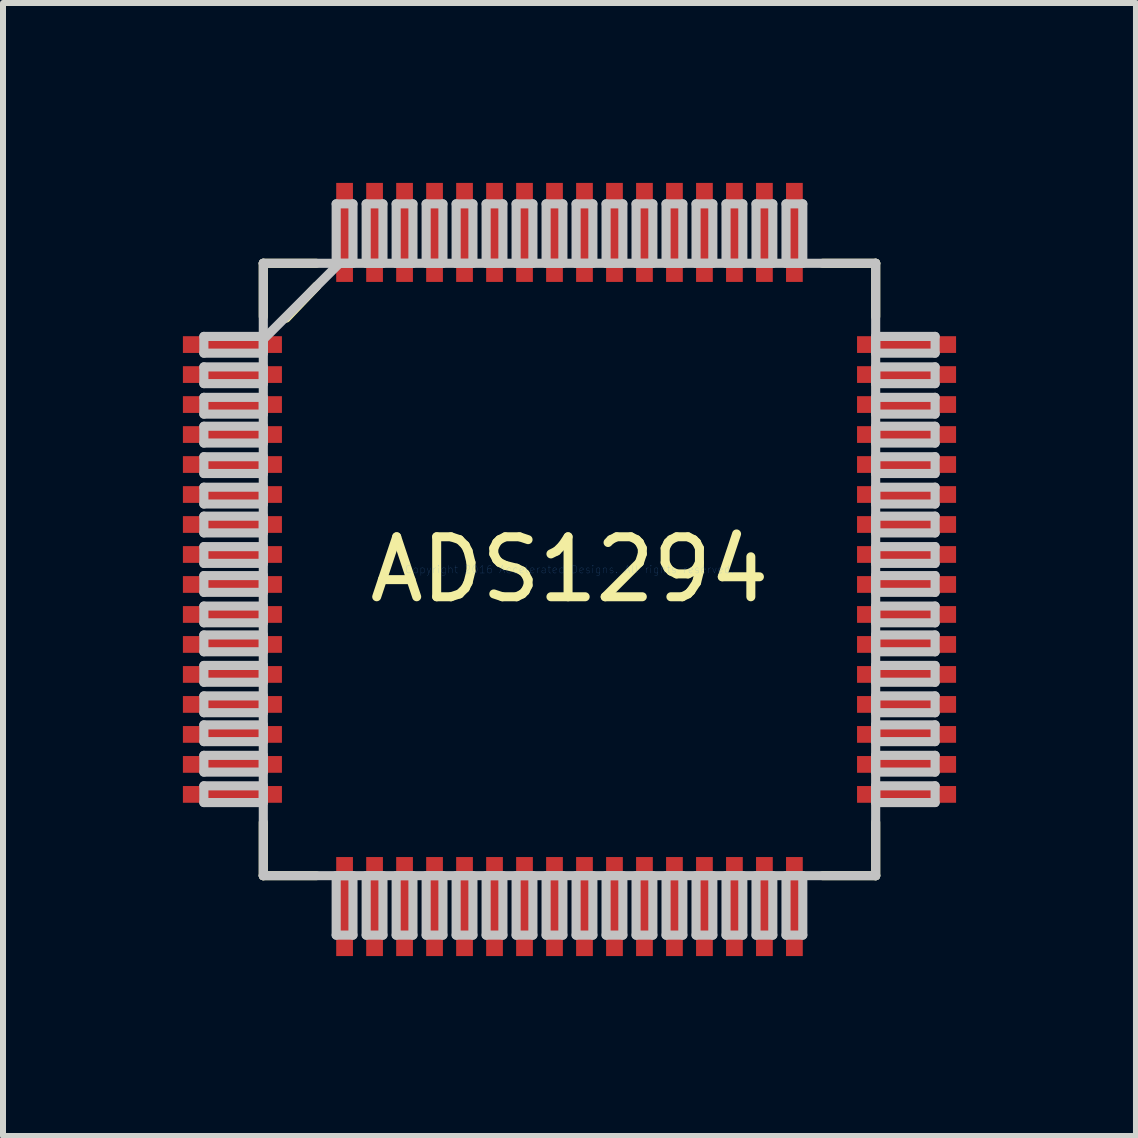
<source format=kicad_pcb>
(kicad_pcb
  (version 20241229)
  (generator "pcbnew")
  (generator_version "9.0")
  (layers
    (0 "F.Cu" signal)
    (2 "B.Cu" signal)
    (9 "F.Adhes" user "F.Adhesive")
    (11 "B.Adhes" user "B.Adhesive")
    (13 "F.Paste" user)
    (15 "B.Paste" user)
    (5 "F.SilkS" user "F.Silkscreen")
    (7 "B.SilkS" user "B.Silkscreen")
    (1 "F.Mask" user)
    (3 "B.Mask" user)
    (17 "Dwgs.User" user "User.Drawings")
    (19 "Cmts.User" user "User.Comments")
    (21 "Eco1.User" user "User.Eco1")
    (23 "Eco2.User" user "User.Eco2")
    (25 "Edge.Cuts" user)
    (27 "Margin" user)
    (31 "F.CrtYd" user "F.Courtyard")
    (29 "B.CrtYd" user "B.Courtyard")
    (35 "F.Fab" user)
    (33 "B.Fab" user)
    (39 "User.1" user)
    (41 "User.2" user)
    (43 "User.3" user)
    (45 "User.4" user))
  (footprint "ADS1294"
    (layer "F.Cu")
    (at 6.445 6.445)
    (property "Reference" "ADS1294" (at 0 0 0) (layer "F.SilkS") (effects (font (size 1 1) (thickness 0.15))))
    (attr through_hole)
    (fp_line (start -5.105 -5.105) (end -5.105 -4.216) (stroke (width 0.152) (type solid)) (layer "F.SilkS"))
    (fp_line (start -5.105 4.216) (end -5.105 5.105) (stroke (width 0.152) (type solid)) (layer "F.SilkS"))
    (fp_line (start -5.105 5.105) (end -4.222 5.105) (stroke (width 0.152) (type solid)) (layer "F.SilkS"))
    (fp_line (start -4.724 -4.191) (end -4.216 -4.724) (stroke (width 0.152) (type solid)) (layer "F.SilkS"))
    (fp_line (start -4.222 -5.105) (end -5.105 -5.105) (stroke (width 0.152) (type solid)) (layer "F.SilkS"))
    (fp_line (start 4.222 5.105) (end 5.105 5.105) (stroke (width 0.152) (type solid)) (layer "F.SilkS"))
    (fp_line (start 5.105 -5.105) (end 4.222 -5.105) (stroke (width 0.152) (type solid)) (layer "F.SilkS"))
    (fp_line (start 5.105 -4.216) (end 5.105 -5.105) (stroke (width 0.152) (type solid)) (layer "F.SilkS"))
    (fp_line (start 5.105 5.105) (end 5.105 4.216) (stroke (width 0.152) (type solid)) (layer "F.SilkS"))
    (fp_line (start -6.096 -3.886) (end -6.096 -3.607) (stroke (width 0.152) (type solid)) (layer "Dwgs.User"))
    (fp_line (start -6.096 -3.607) (end -5.105 -3.607) (stroke (width 0.152) (type solid)) (layer "Dwgs.User"))
    (fp_line (start -6.096 -3.378) (end -6.096 -3.099) (stroke (width 0.152) (type solid)) (layer "Dwgs.User"))
    (fp_line (start -6.096 -3.099) (end -5.105 -3.099) (stroke (width 0.152) (type solid)) (layer "Dwgs.User"))
    (fp_line (start -6.096 -2.87) (end -6.096 -2.591) (stroke (width 0.152) (type solid)) (layer "Dwgs.User"))
    (fp_line (start -6.096 -2.591) (end -5.105 -2.591) (stroke (width 0.152) (type solid)) (layer "Dwgs.User"))
    (fp_line (start -6.096 -2.388) (end -6.096 -2.108) (stroke (width 0.152) (type solid)) (layer "Dwgs.User"))
    (fp_line (start -6.096 -2.108) (end -5.105 -2.108) (stroke (width 0.152) (type solid)) (layer "Dwgs.User"))
    (fp_line (start -6.096 -1.88) (end -6.096 -1.6) (stroke (width 0.152) (type solid)) (layer "Dwgs.User"))
    (fp_line (start -6.096 -1.6) (end -5.105 -1.6) (stroke (width 0.152) (type solid)) (layer "Dwgs.User"))
    (fp_line (start -6.096 -1.372) (end -6.096 -1.092) (stroke (width 0.152) (type solid)) (layer "Dwgs.User"))
    (fp_line (start -6.096 -1.092) (end -5.105 -1.092) (stroke (width 0.152) (type solid)) (layer "Dwgs.User"))
    (fp_line (start -6.096 -0.889) (end -6.096 -0.61) (stroke (width 0.152) (type solid)) (layer "Dwgs.User"))
    (fp_line (start -6.096 -0.61) (end -5.105 -0.61) (stroke (width 0.152) (type solid)) (layer "Dwgs.User"))
    (fp_line (start -6.096 -0.381) (end -6.096 -0.102) (stroke (width 0.152) (type solid)) (layer "Dwgs.User"))
    (fp_line (start -6.096 -0.102) (end -5.105 -0.102) (stroke (width 0.152) (type solid)) (layer "Dwgs.User"))
    (fp_line (start -6.096 0.102) (end -6.096 0.381) (stroke (width 0.152) (type solid)) (layer "Dwgs.User"))
    (fp_line (start -6.096 0.381) (end -5.105 0.381) (stroke (width 0.152) (type solid)) (layer "Dwgs.User"))
    (fp_line (start -6.096 0.61) (end -6.096 0.889) (stroke (width 0.152) (type solid)) (layer "Dwgs.User"))
    (fp_line (start -6.096 0.889) (end -5.105 0.889) (stroke (width 0.152) (type solid)) (layer "Dwgs.User"))
    (fp_line (start -6.096 1.092) (end -6.096 1.372) (stroke (width 0.152) (type solid)) (layer "Dwgs.User"))
    (fp_line (start -6.096 1.372) (end -5.105 1.372) (stroke (width 0.152) (type solid)) (layer "Dwgs.User"))
    (fp_line (start -6.096 1.6) (end -6.096 1.88) (stroke (width 0.152) (type solid)) (layer "Dwgs.User"))
    (fp_line (start -6.096 1.88) (end -5.105 1.88) (stroke (width 0.152) (type solid)) (layer "Dwgs.User"))
    (fp_line (start -6.096 2.108) (end -6.096 2.388) (stroke (width 0.152) (type solid)) (layer "Dwgs.User"))
    (fp_line (start -6.096 2.388) (end -5.105 2.388) (stroke (width 0.152) (type solid)) (layer "Dwgs.User"))
    (fp_line (start -6.096 2.591) (end -6.096 2.87) (stroke (width 0.152) (type solid)) (layer "Dwgs.User"))
    (fp_line (start -6.096 2.87) (end -5.105 2.87) (stroke (width 0.152) (type solid)) (layer "Dwgs.User"))
    (fp_line (start -6.096 3.099) (end -6.096 3.378) (stroke (width 0.152) (type solid)) (layer "Dwgs.User"))
    (fp_line (start -6.096 3.378) (end -5.105 3.378) (stroke (width 0.152) (type solid)) (layer "Dwgs.User"))
    (fp_line (start -6.096 3.607) (end -6.096 3.886) (stroke (width 0.152) (type solid)) (layer "Dwgs.User"))
    (fp_line (start -6.096 3.886) (end -5.105 3.886) (stroke (width 0.152) (type solid)) (layer "Dwgs.User"))
    (fp_line (start -5.105 -5.105) (end -5.105 -5.105) (stroke (width 0.152) (type solid)) (layer "Dwgs.User"))
    (fp_line (start -5.105 -5.105) (end -5.105 5.105) (stroke (width 0.152) (type solid)) (layer "Dwgs.User"))
    (fp_line (start -5.105 -3.886) (end -6.096 -3.886) (stroke (width 0.152) (type solid)) (layer "Dwgs.User"))
    (fp_line (start -5.105 -3.835) (end -3.835 -5.105) (stroke (width 0.152) (type solid)) (layer "Dwgs.User"))
    (fp_line (start -5.105 -3.607) (end -5.105 -3.886) (stroke (width 0.152) (type solid)) (layer "Dwgs.User"))
    (fp_line (start -5.105 -3.378) (end -6.096 -3.378) (stroke (width 0.152) (type solid)) (layer "Dwgs.User"))
    (fp_line (start -5.105 -3.099) (end -5.105 -3.378) (stroke (width 0.152) (type solid)) (layer "Dwgs.User"))
    (fp_line (start -5.105 -2.87) (end -6.096 -2.87) (stroke (width 0.152) (type solid)) (layer "Dwgs.User"))
    (fp_line (start -5.105 -2.591) (end -5.105 -2.87) (stroke (width 0.152) (type solid)) (layer "Dwgs.User"))
    (fp_line (start -5.105 -2.388) (end -6.096 -2.388) (stroke (width 0.152) (type solid)) (layer "Dwgs.User"))
    (fp_line (start -5.105 -2.108) (end -5.105 -2.388) (stroke (width 0.152) (type solid)) (layer "Dwgs.User"))
    (fp_line (start -5.105 -1.88) (end -6.096 -1.88) (stroke (width 0.152) (type solid)) (layer "Dwgs.User"))
    (fp_line (start -5.105 -1.6) (end -5.105 -1.88) (stroke (width 0.152) (type solid)) (layer "Dwgs.User"))
    (fp_line (start -5.105 -1.372) (end -6.096 -1.372) (stroke (width 0.152) (type solid)) (layer "Dwgs.User"))
    (fp_line (start -5.105 -1.092) (end -5.105 -1.372) (stroke (width 0.152) (type solid)) (layer "Dwgs.User"))
    (fp_line (start -5.105 -0.889) (end -6.096 -0.889) (stroke (width 0.152) (type solid)) (layer "Dwgs.User"))
    (fp_line (start -5.105 -0.61) (end -5.105 -0.889) (stroke (width 0.152) (type solid)) (layer "Dwgs.User"))
    (fp_line (start -5.105 -0.381) (end -6.096 -0.381) (stroke (width 0.152) (type solid)) (layer "Dwgs.User"))
    (fp_line (start -5.105 -0.102) (end -5.105 -0.381) (stroke (width 0.152) (type solid)) (layer "Dwgs.User"))
    (fp_line (start -5.105 0.102) (end -6.096 0.102) (stroke (width 0.152) (type solid)) (layer "Dwgs.User"))
    (fp_line (start -5.105 0.381) (end -5.105 0.102) (stroke (width 0.152) (type solid)) (layer "Dwgs.User"))
    (fp_line (start -5.105 0.61) (end -6.096 0.61) (stroke (width 0.152) (type solid)) (layer "Dwgs.User"))
    (fp_line (start -5.105 0.889) (end -5.105 0.61) (stroke (width 0.152) (type solid)) (layer "Dwgs.User"))
    (fp_line (start -5.105 1.092) (end -6.096 1.092) (stroke (width 0.152) (type solid)) (layer "Dwgs.User"))
    (fp_line (start -5.105 1.372) (end -5.105 1.092) (stroke (width 0.152) (type solid)) (layer "Dwgs.User"))
    (fp_line (start -5.105 1.6) (end -6.096 1.6) (stroke (width 0.152) (type solid)) (layer "Dwgs.User"))
    (fp_line (start -5.105 1.88) (end -5.105 1.6) (stroke (width 0.152) (type solid)) (layer "Dwgs.User"))
    (fp_line (start -5.105 2.108) (end -6.096 2.108) (stroke (width 0.152) (type solid)) (layer "Dwgs.User"))
    (fp_line (start -5.105 2.388) (end -5.105 2.108) (stroke (width 0.152) (type solid)) (layer "Dwgs.User"))
    (fp_line (start -5.105 2.591) (end -6.096 2.591) (stroke (width 0.152) (type solid)) (layer "Dwgs.User"))
    (fp_line (start -5.105 2.87) (end -5.105 2.591) (stroke (width 0.152) (type solid)) (layer "Dwgs.User"))
    (fp_line (start -5.105 3.099) (end -6.096 3.099) (stroke (width 0.152) (type solid)) (layer "Dwgs.User"))
    (fp_line (start -5.105 3.378) (end -5.105 3.099) (stroke (width 0.152) (type solid)) (layer "Dwgs.User"))
    (fp_line (start -5.105 3.607) (end -6.096 3.607) (stroke (width 0.152) (type solid)) (layer "Dwgs.User"))
    (fp_line (start -5.105 3.886) (end -5.105 3.607) (stroke (width 0.152) (type solid)) (layer "Dwgs.User"))
    (fp_line (start -5.105 5.105) (end -5.105 5.105) (stroke (width 0.152) (type solid)) (layer "Dwgs.User"))
    (fp_line (start -5.105 5.105) (end 5.105 5.105) (stroke (width 0.152) (type solid)) (layer "Dwgs.User"))
    (fp_line (start -3.89 -6.096) (end -3.89 -5.105) (stroke (width 0.152) (type solid)) (layer "Dwgs.User"))
    (fp_line (start -3.89 -5.105) (end -3.61 -5.105) (stroke (width 0.152) (type solid)) (layer "Dwgs.User"))
    (fp_line (start -3.89 5.105) (end -3.89 6.096) (stroke (width 0.152) (type solid)) (layer "Dwgs.User"))
    (fp_line (start -3.89 6.096) (end -3.61 6.096) (stroke (width 0.152) (type solid)) (layer "Dwgs.User"))
    (fp_line (start -3.61 -6.096) (end -3.89 -6.096) (stroke (width 0.152) (type solid)) (layer "Dwgs.User"))
    (fp_line (start -3.61 -5.105) (end -3.61 -6.096) (stroke (width 0.152) (type solid)) (layer "Dwgs.User"))
    (fp_line (start -3.61 5.105) (end -3.89 5.105) (stroke (width 0.152) (type solid)) (layer "Dwgs.User"))
    (fp_line (start -3.61 6.096) (end -3.61 5.105) (stroke (width 0.152) (type solid)) (layer "Dwgs.User"))
    (fp_line (start -3.39 -6.096) (end -3.39 -5.105) (stroke (width 0.152) (type solid)) (layer "Dwgs.User"))
    (fp_line (start -3.39 -5.105) (end -3.11 -5.105) (stroke (width 0.152) (type solid)) (layer "Dwgs.User"))
    (fp_line (start -3.39 5.105) (end -3.39 6.096) (stroke (width 0.152) (type solid)) (layer "Dwgs.User"))
    (fp_line (start -3.39 6.096) (end -3.11 6.096) (stroke (width 0.152) (type solid)) (layer "Dwgs.User"))
    (fp_line (start -3.11 -6.096) (end -3.39 -6.096) (stroke (width 0.152) (type solid)) (layer "Dwgs.User"))
    (fp_line (start -3.11 -5.105) (end -3.11 -6.096) (stroke (width 0.152) (type solid)) (layer "Dwgs.User"))
    (fp_line (start -3.11 5.105) (end -3.39 5.105) (stroke (width 0.152) (type solid)) (layer "Dwgs.User"))
    (fp_line (start -3.11 6.096) (end -3.11 5.105) (stroke (width 0.152) (type solid)) (layer "Dwgs.User"))
    (fp_line (start -2.89 -6.096) (end -2.89 -5.105) (stroke (width 0.152) (type solid)) (layer "Dwgs.User"))
    (fp_line (start -2.89 -5.105) (end -2.61 -5.105) (stroke (width 0.152) (type solid)) (layer "Dwgs.User"))
    (fp_line (start -2.89 5.105) (end -2.89 6.096) (stroke (width 0.152) (type solid)) (layer "Dwgs.User"))
    (fp_line (start -2.89 6.096) (end -2.61 6.096) (stroke (width 0.152) (type solid)) (layer "Dwgs.User"))
    (fp_line (start -2.61 -6.096) (end -2.89 -6.096) (stroke (width 0.152) (type solid)) (layer "Dwgs.User"))
    (fp_line (start -2.61 -5.105) (end -2.61 -6.096) (stroke (width 0.152) (type solid)) (layer "Dwgs.User"))
    (fp_line (start -2.61 5.105) (end -2.89 5.105) (stroke (width 0.152) (type solid)) (layer "Dwgs.User"))
    (fp_line (start -2.61 6.096) (end -2.61 5.105) (stroke (width 0.152) (type solid)) (layer "Dwgs.User"))
    (fp_line (start -2.39 -6.096) (end -2.39 -5.105) (stroke (width 0.152) (type solid)) (layer "Dwgs.User"))
    (fp_line (start -2.39 -5.105) (end -2.11 -5.105) (stroke (width 0.152) (type solid)) (layer "Dwgs.User"))
    (fp_line (start -2.39 5.105) (end -2.39 6.096) (stroke (width 0.152) (type solid)) (layer "Dwgs.User"))
    (fp_line (start -2.39 6.096) (end -2.11 6.096) (stroke (width 0.152) (type solid)) (layer "Dwgs.User"))
    (fp_line (start -2.11 -6.096) (end -2.39 -6.096) (stroke (width 0.152) (type solid)) (layer "Dwgs.User"))
    (fp_line (start -2.11 -5.105) (end -2.11 -6.096) (stroke (width 0.152) (type solid)) (layer "Dwgs.User"))
    (fp_line (start -2.11 5.105) (end -2.39 5.105) (stroke (width 0.152) (type solid)) (layer "Dwgs.User"))
    (fp_line (start -2.11 6.096) (end -2.11 5.105) (stroke (width 0.152) (type solid)) (layer "Dwgs.User"))
    (fp_line (start -1.89 -6.096) (end -1.89 -5.105) (stroke (width 0.152) (type solid)) (layer "Dwgs.User"))
    (fp_line (start -1.89 -5.105) (end -1.61 -5.105) (stroke (width 0.152) (type solid)) (layer "Dwgs.User"))
    (fp_line (start -1.89 5.105) (end -1.89 6.096) (stroke (width 0.152) (type solid)) (layer "Dwgs.User"))
    (fp_line (start -1.89 6.096) (end -1.61 6.096) (stroke (width 0.152) (type solid)) (layer "Dwgs.User"))
    (fp_line (start -1.61 -6.096) (end -1.89 -6.096) (stroke (width 0.152) (type solid)) (layer "Dwgs.User"))
    (fp_line (start -1.61 -5.105) (end -1.61 -6.096) (stroke (width 0.152) (type solid)) (layer "Dwgs.User"))
    (fp_line (start -1.61 5.105) (end -1.89 5.105) (stroke (width 0.152) (type solid)) (layer "Dwgs.User"))
    (fp_line (start -1.61 6.096) (end -1.61 5.105) (stroke (width 0.152) (type solid)) (layer "Dwgs.User"))
    (fp_line (start -1.39 -6.096) (end -1.39 -5.105) (stroke (width 0.152) (type solid)) (layer "Dwgs.User"))
    (fp_line (start -1.39 -5.105) (end -1.11 -5.105) (stroke (width 0.152) (type solid)) (layer "Dwgs.User"))
    (fp_line (start -1.39 5.105) (end -1.39 6.096) (stroke (width 0.152) (type solid)) (layer "Dwgs.User"))
    (fp_line (start -1.39 6.096) (end -1.11 6.096) (stroke (width 0.152) (type solid)) (layer "Dwgs.User"))
    (fp_line (start -1.11 -6.096) (end -1.39 -6.096) (stroke (width 0.152) (type solid)) (layer "Dwgs.User"))
    (fp_line (start -1.11 -5.105) (end -1.11 -6.096) (stroke (width 0.152) (type solid)) (layer "Dwgs.User"))
    (fp_line (start -1.11 5.105) (end -1.39 5.105) (stroke (width 0.152) (type solid)) (layer "Dwgs.User"))
    (fp_line (start -1.11 6.096) (end -1.11 5.105) (stroke (width 0.152) (type solid)) (layer "Dwgs.User"))
    (fp_line (start -0.89 -6.096) (end -0.89 -5.105) (stroke (width 0.152) (type solid)) (layer "Dwgs.User"))
    (fp_line (start -0.89 -5.105) (end -0.61 -5.105) (stroke (width 0.152) (type solid)) (layer "Dwgs.User"))
    (fp_line (start -0.89 5.105) (end -0.89 6.096) (stroke (width 0.152) (type solid)) (layer "Dwgs.User"))
    (fp_line (start -0.89 6.096) (end -0.61 6.096) (stroke (width 0.152) (type solid)) (layer "Dwgs.User"))
    (fp_line (start -0.61 -6.096) (end -0.89 -6.096) (stroke (width 0.152) (type solid)) (layer "Dwgs.User"))
    (fp_line (start -0.61 -5.105) (end -0.61 -6.096) (stroke (width 0.152) (type solid)) (layer "Dwgs.User"))
    (fp_line (start -0.61 5.105) (end -0.89 5.105) (stroke (width 0.152) (type solid)) (layer "Dwgs.User"))
    (fp_line (start -0.61 6.096) (end -0.61 5.105) (stroke (width 0.152) (type solid)) (layer "Dwgs.User"))
    (fp_line (start -0.39 -6.096) (end -0.39 -5.105) (stroke (width 0.152) (type solid)) (layer "Dwgs.User"))
    (fp_line (start -0.39 -5.105) (end -0.11 -5.105) (stroke (width 0.152) (type solid)) (layer "Dwgs.User"))
    (fp_line (start -0.39 5.105) (end -0.39 6.096) (stroke (width 0.152) (type solid)) (layer "Dwgs.User"))
    (fp_line (start -0.39 6.096) (end -0.11 6.096) (stroke (width 0.152) (type solid)) (layer "Dwgs.User"))
    (fp_line (start -0.11 -6.096) (end -0.39 -6.096) (stroke (width 0.152) (type solid)) (layer "Dwgs.User"))
    (fp_line (start -0.11 -5.105) (end -0.11 -6.096) (stroke (width 0.152) (type solid)) (layer "Dwgs.User"))
    (fp_line (start -0.11 5.105) (end -0.39 5.105) (stroke (width 0.152) (type solid)) (layer "Dwgs.User"))
    (fp_line (start -0.11 6.096) (end -0.11 5.105) (stroke (width 0.152) (type solid)) (layer "Dwgs.User"))
    (fp_line (start 0.11 -6.096) (end 0.11 -5.105) (stroke (width 0.152) (type solid)) (layer "Dwgs.User"))
    (fp_line (start 0.11 -5.105) (end 0.39 -5.105) (stroke (width 0.152) (type solid)) (layer "Dwgs.User"))
    (fp_line (start 0.11 5.105) (end 0.11 6.096) (stroke (width 0.152) (type solid)) (layer "Dwgs.User"))
    (fp_line (start 0.11 6.096) (end 0.39 6.096) (stroke (width 0.152) (type solid)) (layer "Dwgs.User"))
    (fp_line (start 0.39 -6.096) (end 0.11 -6.096) (stroke (width 0.152) (type solid)) (layer "Dwgs.User"))
    (fp_line (start 0.39 -5.105) (end 0.39 -6.096) (stroke (width 0.152) (type solid)) (layer "Dwgs.User"))
    (fp_line (start 0.39 5.105) (end 0.11 5.105) (stroke (width 0.152) (type solid)) (layer "Dwgs.User"))
    (fp_line (start 0.39 6.096) (end 0.39 5.105) (stroke (width 0.152) (type solid)) (layer "Dwgs.User"))
    (fp_line (start 0.61 -6.096) (end 0.61 -5.105) (stroke (width 0.152) (type solid)) (layer "Dwgs.User"))
    (fp_line (start 0.61 -5.105) (end 0.89 -5.105) (stroke (width 0.152) (type solid)) (layer "Dwgs.User"))
    (fp_line (start 0.61 5.105) (end 0.61 6.096) (stroke (width 0.152) (type solid)) (layer "Dwgs.User"))
    (fp_line (start 0.61 6.096) (end 0.89 6.096) (stroke (width 0.152) (type solid)) (layer "Dwgs.User"))
    (fp_line (start 0.89 -6.096) (end 0.61 -6.096) (stroke (width 0.152) (type solid)) (layer "Dwgs.User"))
    (fp_line (start 0.89 -5.105) (end 0.89 -6.096) (stroke (width 0.152) (type solid)) (layer "Dwgs.User"))
    (fp_line (start 0.89 5.105) (end 0.61 5.105) (stroke (width 0.152) (type solid)) (layer "Dwgs.User"))
    (fp_line (start 0.89 6.096) (end 0.89 5.105) (stroke (width 0.152) (type solid)) (layer "Dwgs.User"))
    (fp_line (start 1.11 -6.096) (end 1.11 -5.105) (stroke (width 0.152) (type solid)) (layer "Dwgs.User"))
    (fp_line (start 1.11 -5.105) (end 1.39 -5.105) (stroke (width 0.152) (type solid)) (layer "Dwgs.User"))
    (fp_line (start 1.11 5.105) (end 1.11 6.096) (stroke (width 0.152) (type solid)) (layer "Dwgs.User"))
    (fp_line (start 1.11 6.096) (end 1.39 6.096) (stroke (width 0.152) (type solid)) (layer "Dwgs.User"))
    (fp_line (start 1.39 -6.096) (end 1.11 -6.096) (stroke (width 0.152) (type solid)) (layer "Dwgs.User"))
    (fp_line (start 1.39 -5.105) (end 1.39 -6.096) (stroke (width 0.152) (type solid)) (layer "Dwgs.User"))
    (fp_line (start 1.39 5.105) (end 1.11 5.105) (stroke (width 0.152) (type solid)) (layer "Dwgs.User"))
    (fp_line (start 1.39 6.096) (end 1.39 5.105) (stroke (width 0.152) (type solid)) (layer "Dwgs.User"))
    (fp_line (start 1.61 -6.096) (end 1.61 -5.105) (stroke (width 0.152) (type solid)) (layer "Dwgs.User"))
    (fp_line (start 1.61 -5.105) (end 1.89 -5.105) (stroke (width 0.152) (type solid)) (layer "Dwgs.User"))
    (fp_line (start 1.61 5.105) (end 1.61 6.096) (stroke (width 0.152) (type solid)) (layer "Dwgs.User"))
    (fp_line (start 1.61 6.096) (end 1.89 6.096) (stroke (width 0.152) (type solid)) (layer "Dwgs.User"))
    (fp_line (start 1.89 -6.096) (end 1.61 -6.096) (stroke (width 0.152) (type solid)) (layer "Dwgs.User"))
    (fp_line (start 1.89 -5.105) (end 1.89 -6.096) (stroke (width 0.152) (type solid)) (layer "Dwgs.User"))
    (fp_line (start 1.89 5.105) (end 1.61 5.105) (stroke (width 0.152) (type solid)) (layer "Dwgs.User"))
    (fp_line (start 1.89 6.096) (end 1.89 5.105) (stroke (width 0.152) (type solid)) (layer "Dwgs.User"))
    (fp_line (start 2.11 -6.096) (end 2.11 -5.105) (stroke (width 0.152) (type solid)) (layer "Dwgs.User"))
    (fp_line (start 2.11 -5.105) (end 2.39 -5.105) (stroke (width 0.152) (type solid)) (layer "Dwgs.User"))
    (fp_line (start 2.11 5.105) (end 2.11 6.096) (stroke (width 0.152) (type solid)) (layer "Dwgs.User"))
    (fp_line (start 2.11 6.096) (end 2.39 6.096) (stroke (width 0.152) (type solid)) (layer "Dwgs.User"))
    (fp_line (start 2.39 -6.096) (end 2.11 -6.096) (stroke (width 0.152) (type solid)) (layer "Dwgs.User"))
    (fp_line (start 2.39 -5.105) (end 2.39 -6.096) (stroke (width 0.152) (type solid)) (layer "Dwgs.User"))
    (fp_line (start 2.39 5.105) (end 2.11 5.105) (stroke (width 0.152) (type solid)) (layer "Dwgs.User"))
    (fp_line (start 2.39 6.096) (end 2.39 5.105) (stroke (width 0.152) (type solid)) (layer "Dwgs.User"))
    (fp_line (start 2.61 -6.096) (end 2.61 -5.105) (stroke (width 0.152) (type solid)) (layer "Dwgs.User"))
    (fp_line (start 2.61 -5.105) (end 2.89 -5.105) (stroke (width 0.152) (type solid)) (layer "Dwgs.User"))
    (fp_line (start 2.61 5.105) (end 2.61 6.096) (stroke (width 0.152) (type solid)) (layer "Dwgs.User"))
    (fp_line (start 2.61 6.096) (end 2.89 6.096) (stroke (width 0.152) (type solid)) (layer "Dwgs.User"))
    (fp_line (start 2.89 -6.096) (end 2.61 -6.096) (stroke (width 0.152) (type solid)) (layer "Dwgs.User"))
    (fp_line (start 2.89 -5.105) (end 2.89 -6.096) (stroke (width 0.152) (type solid)) (layer "Dwgs.User"))
    (fp_line (start 2.89 5.105) (end 2.61 5.105) (stroke (width 0.152) (type solid)) (layer "Dwgs.User"))
    (fp_line (start 2.89 6.096) (end 2.89 5.105) (stroke (width 0.152) (type solid)) (layer "Dwgs.User"))
    (fp_line (start 3.11 -6.096) (end 3.11 -5.105) (stroke (width 0.152) (type solid)) (layer "Dwgs.User"))
    (fp_line (start 3.11 -5.105) (end 3.39 -5.105) (stroke (width 0.152) (type solid)) (layer "Dwgs.User"))
    (fp_line (start 3.11 5.105) (end 3.11 6.096) (stroke (width 0.152) (type solid)) (layer "Dwgs.User"))
    (fp_line (start 3.11 6.096) (end 3.39 6.096) (stroke (width 0.152) (type solid)) (layer "Dwgs.User"))
    (fp_line (start 3.39 -6.096) (end 3.11 -6.096) (stroke (width 0.152) (type solid)) (layer "Dwgs.User"))
    (fp_line (start 3.39 -5.105) (end 3.39 -6.096) (stroke (width 0.152) (type solid)) (layer "Dwgs.User"))
    (fp_line (start 3.39 5.105) (end 3.11 5.105) (stroke (width 0.152) (type solid)) (layer "Dwgs.User"))
    (fp_line (start 3.39 6.096) (end 3.39 5.105) (stroke (width 0.152) (type solid)) (layer "Dwgs.User"))
    (fp_line (start 3.61 -6.096) (end 3.61 -5.105) (stroke (width 0.152) (type solid)) (layer "Dwgs.User"))
    (fp_line (start 3.61 -5.105) (end 3.89 -5.105) (stroke (width 0.152) (type solid)) (layer "Dwgs.User"))
    (fp_line (start 3.61 5.105) (end 3.61 6.096) (stroke (width 0.152) (type solid)) (layer "Dwgs.User"))
    (fp_line (start 3.61 6.096) (end 3.89 6.096) (stroke (width 0.152) (type solid)) (layer "Dwgs.User"))
    (fp_line (start 3.89 -6.096) (end 3.61 -6.096) (stroke (width 0.152) (type solid)) (layer "Dwgs.User"))
    (fp_line (start 3.89 -5.105) (end 3.89 -6.096) (stroke (width 0.152) (type solid)) (layer "Dwgs.User"))
    (fp_line (start 3.89 5.105) (end 3.61 5.105) (stroke (width 0.152) (type solid)) (layer "Dwgs.User"))
    (fp_line (start 3.89 6.096) (end 3.89 5.105) (stroke (width 0.152) (type solid)) (layer "Dwgs.User"))
    (fp_line (start 5.105 -5.105) (end -5.105 -5.105) (stroke (width 0.152) (type solid)) (layer "Dwgs.User"))
    (fp_line (start 5.105 -5.105) (end 5.105 -5.105) (stroke (width 0.152) (type solid)) (layer "Dwgs.User"))
    (fp_line (start 5.105 -3.886) (end 5.105 -3.607) (stroke (width 0.152) (type solid)) (layer "Dwgs.User"))
    (fp_line (start 5.105 -3.607) (end 6.096 -3.607) (stroke (width 0.152) (type solid)) (layer "Dwgs.User"))
    (fp_line (start 5.105 -3.378) (end 5.105 -3.099) (stroke (width 0.152) (type solid)) (layer "Dwgs.User"))
    (fp_line (start 5.105 -3.099) (end 6.096 -3.099) (stroke (width 0.152) (type solid)) (layer "Dwgs.User"))
    (fp_line (start 5.105 -2.87) (end 5.105 -2.591) (stroke (width 0.152) (type solid)) (layer "Dwgs.User"))
    (fp_line (start 5.105 -2.591) (end 6.096 -2.591) (stroke (width 0.152) (type solid)) (layer "Dwgs.User"))
    (fp_line (start 5.105 -2.388) (end 5.105 -2.108) (stroke (width 0.152) (type solid)) (layer "Dwgs.User"))
    (fp_line (start 5.105 -2.108) (end 6.096 -2.108) (stroke (width 0.152) (type solid)) (layer "Dwgs.User"))
    (fp_line (start 5.105 -1.88) (end 5.105 -1.6) (stroke (width 0.152) (type solid)) (layer "Dwgs.User"))
    (fp_line (start 5.105 -1.6) (end 6.096 -1.6) (stroke (width 0.152) (type solid)) (layer "Dwgs.User"))
    (fp_line (start 5.105 -1.372) (end 5.105 -1.092) (stroke (width 0.152) (type solid)) (layer "Dwgs.User"))
    (fp_line (start 5.105 -1.092) (end 6.096 -1.092) (stroke (width 0.152) (type solid)) (layer "Dwgs.User"))
    (fp_line (start 5.105 -0.889) (end 5.105 -0.61) (stroke (width 0.152) (type solid)) (layer "Dwgs.User"))
    (fp_line (start 5.105 -0.61) (end 6.096 -0.61) (stroke (width 0.152) (type solid)) (layer "Dwgs.User"))
    (fp_line (start 5.105 -0.381) (end 5.105 -0.102) (stroke (width 0.152) (type solid)) (layer "Dwgs.User"))
    (fp_line (start 5.105 -0.102) (end 6.096 -0.102) (stroke (width 0.152) (type solid)) (layer "Dwgs.User"))
    (fp_line (start 5.105 0.102) (end 5.105 0.381) (stroke (width 0.152) (type solid)) (layer "Dwgs.User"))
    (fp_line (start 5.105 0.381) (end 6.096 0.381) (stroke (width 0.152) (type solid)) (layer "Dwgs.User"))
    (fp_line (start 5.105 0.61) (end 5.105 0.889) (stroke (width 0.152) (type solid)) (layer "Dwgs.User"))
    (fp_line (start 5.105 0.889) (end 6.096 0.889) (stroke (width 0.152) (type solid)) (layer "Dwgs.User"))
    (fp_line (start 5.105 1.092) (end 5.105 1.372) (stroke (width 0.152) (type solid)) (layer "Dwgs.User"))
    (fp_line (start 5.105 1.372) (end 6.096 1.372) (stroke (width 0.152) (type solid)) (layer "Dwgs.User"))
    (fp_line (start 5.105 1.6) (end 5.105 1.88) (stroke (width 0.152) (type solid)) (layer "Dwgs.User"))
    (fp_line (start 5.105 1.88) (end 6.096 1.88) (stroke (width 0.152) (type solid)) (layer "Dwgs.User"))
    (fp_line (start 5.105 2.108) (end 5.105 2.388) (stroke (width 0.152) (type solid)) (layer "Dwgs.User"))
    (fp_line (start 5.105 2.388) (end 6.096 2.388) (stroke (width 0.152) (type solid)) (layer "Dwgs.User"))
    (fp_line (start 5.105 2.591) (end 5.105 2.87) (stroke (width 0.152) (type solid)) (layer "Dwgs.User"))
    (fp_line (start 5.105 2.87) (end 6.096 2.87) (stroke (width 0.152) (type solid)) (layer "Dwgs.User"))
    (fp_line (start 5.105 3.099) (end 5.105 3.378) (stroke (width 0.152) (type solid)) (layer "Dwgs.User"))
    (fp_line (start 5.105 3.378) (end 6.096 3.378) (stroke (width 0.152) (type solid)) (layer "Dwgs.User"))
    (fp_line (start 5.105 3.607) (end 5.105 3.886) (stroke (width 0.152) (type solid)) (layer "Dwgs.User"))
    (fp_line (start 5.105 3.886) (end 6.096 3.886) (stroke (width 0.152) (type solid)) (layer "Dwgs.User"))
    (fp_line (start 5.105 5.105) (end 5.105 -5.105) (stroke (width 0.152) (type solid)) (layer "Dwgs.User"))
    (fp_line (start 5.105 5.105) (end 5.105 5.105) (stroke (width 0.152) (type solid)) (layer "Dwgs.User"))
    (fp_line (start 6.096 -3.886) (end 5.105 -3.886) (stroke (width 0.152) (type solid)) (layer "Dwgs.User"))
    (fp_line (start 6.096 -3.607) (end 6.096 -3.886) (stroke (width 0.152) (type solid)) (layer "Dwgs.User"))
    (fp_line (start 6.096 -3.378) (end 5.105 -3.378) (stroke (width 0.152) (type solid)) (layer "Dwgs.User"))
    (fp_line (start 6.096 -3.099) (end 6.096 -3.378) (stroke (width 0.152) (type solid)) (layer "Dwgs.User"))
    (fp_line (start 6.096 -2.87) (end 5.105 -2.87) (stroke (width 0.152) (type solid)) (layer "Dwgs.User"))
    (fp_line (start 6.096 -2.591) (end 6.096 -2.87) (stroke (width 0.152) (type solid)) (layer "Dwgs.User"))
    (fp_line (start 6.096 -2.388) (end 5.105 -2.388) (stroke (width 0.152) (type solid)) (layer "Dwgs.User"))
    (fp_line (start 6.096 -2.108) (end 6.096 -2.388) (stroke (width 0.152) (type solid)) (layer "Dwgs.User"))
    (fp_line (start 6.096 -1.88) (end 5.105 -1.88) (stroke (width 0.152) (type solid)) (layer "Dwgs.User"))
    (fp_line (start 6.096 -1.6) (end 6.096 -1.88) (stroke (width 0.152) (type solid)) (layer "Dwgs.User"))
    (fp_line (start 6.096 -1.372) (end 5.105 -1.372) (stroke (width 0.152) (type solid)) (layer "Dwgs.User"))
    (fp_line (start 6.096 -1.092) (end 6.096 -1.372) (stroke (width 0.152) (type solid)) (layer "Dwgs.User"))
    (fp_line (start 6.096 -0.889) (end 5.105 -0.889) (stroke (width 0.152) (type solid)) (layer "Dwgs.User"))
    (fp_line (start 6.096 -0.61) (end 6.096 -0.889) (stroke (width 0.152) (type solid)) (layer "Dwgs.User"))
    (fp_line (start 6.096 -0.381) (end 5.105 -0.381) (stroke (width 0.152) (type solid)) (layer "Dwgs.User"))
    (fp_line (start 6.096 -0.102) (end 6.096 -0.381) (stroke (width 0.152) (type solid)) (layer "Dwgs.User"))
    (fp_line (start 6.096 0.102) (end 5.105 0.102) (stroke (width 0.152) (type solid)) (layer "Dwgs.User"))
    (fp_line (start 6.096 0.381) (end 6.096 0.102) (stroke (width 0.152) (type solid)) (layer "Dwgs.User"))
    (fp_line (start 6.096 0.61) (end 5.105 0.61) (stroke (width 0.152) (type solid)) (layer "Dwgs.User"))
    (fp_line (start 6.096 0.889) (end 6.096 0.61) (stroke (width 0.152) (type solid)) (layer "Dwgs.User"))
    (fp_line (start 6.096 1.092) (end 5.105 1.092) (stroke (width 0.152) (type solid)) (layer "Dwgs.User"))
    (fp_line (start 6.096 1.372) (end 6.096 1.092) (stroke (width 0.152) (type solid)) (layer "Dwgs.User"))
    (fp_line (start 6.096 1.6) (end 5.105 1.6) (stroke (width 0.152) (type solid)) (layer "Dwgs.User"))
    (fp_line (start 6.096 1.88) (end 6.096 1.6) (stroke (width 0.152) (type solid)) (layer "Dwgs.User"))
    (fp_line (start 6.096 2.108) (end 5.105 2.108) (stroke (width 0.152) (type solid)) (layer "Dwgs.User"))
    (fp_line (start 6.096 2.388) (end 6.096 2.108) (stroke (width 0.152) (type solid)) (layer "Dwgs.User"))
    (fp_line (start 6.096 2.591) (end 5.105 2.591) (stroke (width 0.152) (type solid)) (layer "Dwgs.User"))
    (fp_line (start 6.096 2.87) (end 6.096 2.591) (stroke (width 0.152) (type solid)) (layer "Dwgs.User"))
    (fp_line (start 6.096 3.099) (end 5.105 3.099) (stroke (width 0.152) (type solid)) (layer "Dwgs.User"))
    (fp_line (start 6.096 3.378) (end 6.096 3.099) (stroke (width 0.152) (type solid)) (layer "Dwgs.User"))
    (fp_line (start 6.096 3.607) (end 5.105 3.607) (stroke (width 0.152) (type solid)) (layer "Dwgs.User"))
    (fp_line (start 6.096 3.886) (end 6.096 3.607) (stroke (width 0.152) (type solid)) (layer "Dwgs.User"))
    (fp_text user "Copyright 2016 Accelerated Designs. All rights reserved." (at 0 0 0) (layer "Cmts.User") (effects (font (size 0.127 0.127) (thickness 0.002))))
    (pad "1" smd rect (at -5.62 -3.75 90) (size 0.279 1.651) (layers "F.Cu" "F.Mask" "F.Paste"))
    (pad "2" smd rect (at -5.62 -3.25 90) (size 0.279 1.651) (layers "F.Cu" "F.Mask" "F.Paste"))
    (pad "3" smd rect (at -5.62 -2.75 90) (size 0.279 1.651) (layers "F.Cu" "F.Mask" "F.Paste"))
    (pad "4" smd rect (at -5.62 -2.25 90) (size 0.279 1.651) (layers "F.Cu" "F.Mask" "F.Paste"))
    (pad "5" smd rect (at -5.62 -1.75 90) (size 0.279 1.651) (layers "F.Cu" "F.Mask" "F.Paste"))
    (pad "6" smd rect (at -5.62 -1.25 90) (size 0.279 1.651) (layers "F.Cu" "F.Mask" "F.Paste"))
    (pad "7" smd rect (at -5.62 -0.75 90) (size 0.279 1.651) (layers "F.Cu" "F.Mask" "F.Paste"))
    (pad "8" smd rect (at -5.62 -0.25 90) (size 0.279 1.651) (layers "F.Cu" "F.Mask" "F.Paste"))
    (pad "9" smd rect (at -5.62 0.25 90) (size 0.279 1.651) (layers "F.Cu" "F.Mask" "F.Paste"))
    (pad "10" smd rect (at -5.62 0.75 90) (size 0.279 1.651) (layers "F.Cu" "F.Mask" "F.Paste"))
    (pad "11" smd rect (at -5.62 1.25 90) (size 0.279 1.651) (layers "F.Cu" "F.Mask" "F.Paste"))
    (pad "12" smd rect (at -5.62 1.75 90) (size 0.279 1.651) (layers "F.Cu" "F.Mask" "F.Paste"))
    (pad "13" smd rect (at -5.62 2.25 90) (size 0.279 1.651) (layers "F.Cu" "F.Mask" "F.Paste"))
    (pad "14" smd rect (at -5.62 2.75 90) (size 0.279 1.651) (layers "F.Cu" "F.Mask" "F.Paste"))
    (pad "15" smd rect (at -5.62 3.25 90) (size 0.279 1.651) (layers "F.Cu" "F.Mask" "F.Paste"))
    (pad "16" smd rect (at -5.62 3.75 90) (size 0.279 1.651) (layers "F.Cu" "F.Mask" "F.Paste"))
    (pad "17" smd rect (at -3.75 5.62) (size 0.279 1.651) (layers "F.Cu" "F.Mask" "F.Paste"))
    (pad "18" smd rect (at -3.25 5.62) (size 0.279 1.651) (layers "F.Cu" "F.Mask" "F.Paste"))
    (pad "19" smd rect (at -2.75 5.62) (size 0.279 1.651) (layers "F.Cu" "F.Mask" "F.Paste"))
    (pad "20" smd rect (at -2.25 5.62) (size 0.279 1.651) (layers "F.Cu" "F.Mask" "F.Paste"))
    (pad "21" smd rect (at -1.75 5.62) (size 0.279 1.651) (layers "F.Cu" "F.Mask" "F.Paste"))
    (pad "22" smd rect (at -1.25 5.62) (size 0.279 1.651) (layers "F.Cu" "F.Mask" "F.Paste"))
    (pad "23" smd rect (at -0.75 5.62) (size 0.279 1.651) (layers "F.Cu" "F.Mask" "F.Paste"))
    (pad "24" smd rect (at -0.25 5.62) (size 0.279 1.651) (layers "F.Cu" "F.Mask" "F.Paste"))
    (pad "25" smd rect (at 0.25 5.62) (size 0.279 1.651) (layers "F.Cu" "F.Mask" "F.Paste"))
    (pad "26" smd rect (at 0.75 5.62) (size 0.279 1.651) (layers "F.Cu" "F.Mask" "F.Paste"))
    (pad "27" smd rect (at 1.25 5.62) (size 0.279 1.651) (layers "F.Cu" "F.Mask" "F.Paste"))
    (pad "28" smd rect (at 1.75 5.62) (size 0.279 1.651) (layers "F.Cu" "F.Mask" "F.Paste"))
    (pad "29" smd rect (at 2.25 5.62) (size 0.279 1.651) (layers "F.Cu" "F.Mask" "F.Paste"))
    (pad "30" smd rect (at 2.75 5.62) (size 0.279 1.651) (layers "F.Cu" "F.Mask" "F.Paste"))
    (pad "31" smd rect (at 3.25 5.62) (size 0.279 1.651) (layers "F.Cu" "F.Mask" "F.Paste"))
    (pad "32" smd rect (at 3.75 5.62) (size 0.279 1.651) (layers "F.Cu" "F.Mask" "F.Paste"))
    (pad "33" smd rect (at 5.62 3.75 90) (size 0.279 1.651) (layers "F.Cu" "F.Mask" "F.Paste"))
    (pad "34" smd rect (at 5.62 3.25 90) (size 0.279 1.651) (layers "F.Cu" "F.Mask" "F.Paste"))
    (pad "35" smd rect (at 5.62 2.75 90) (size 0.279 1.651) (layers "F.Cu" "F.Mask" "F.Paste"))
    (pad "36" smd rect (at 5.62 2.25 90) (size 0.279 1.651) (layers "F.Cu" "F.Mask" "F.Paste"))
    (pad "37" smd rect (at 5.62 1.75 90) (size 0.279 1.651) (layers "F.Cu" "F.Mask" "F.Paste"))
    (pad "38" smd rect (at 5.62 1.25 90) (size 0.279 1.651) (layers "F.Cu" "F.Mask" "F.Paste"))
    (pad "39" smd rect (at 5.62 0.75 90) (size 0.279 1.651) (layers "F.Cu" "F.Mask" "F.Paste"))
    (pad "40" smd rect (at 5.62 0.25 90) (size 0.279 1.651) (layers "F.Cu" "F.Mask" "F.Paste"))
    (pad "41" smd rect (at 5.62 -0.25 90) (size 0.279 1.651) (layers "F.Cu" "F.Mask" "F.Paste"))
    (pad "42" smd rect (at 5.62 -0.75 90) (size 0.279 1.651) (layers "F.Cu" "F.Mask" "F.Paste"))
    (pad "43" smd rect (at 5.62 -1.25 90) (size 0.279 1.651) (layers "F.Cu" "F.Mask" "F.Paste"))
    (pad "44" smd rect (at 5.62 -1.75 90) (size 0.279 1.651) (layers "F.Cu" "F.Mask" "F.Paste"))
    (pad "45" smd rect (at 5.62 -2.25 90) (size 0.279 1.651) (layers "F.Cu" "F.Mask" "F.Paste"))
    (pad "46" smd rect (at 5.62 -2.75 90) (size 0.279 1.651) (layers "F.Cu" "F.Mask" "F.Paste"))
    (pad "47" smd rect (at 5.62 -3.25 90) (size 0.279 1.651) (layers "F.Cu" "F.Mask" "F.Paste"))
    (pad "48" smd rect (at 5.62 -3.75 90) (size 0.279 1.651) (layers "F.Cu" "F.Mask" "F.Paste"))
    (pad "49" smd rect (at 3.75 -5.62) (size 0.279 1.651) (layers "F.Cu" "F.Mask" "F.Paste"))
    (pad "50" smd rect (at 3.25 -5.62) (size 0.279 1.651) (layers "F.Cu" "F.Mask" "F.Paste"))
    (pad "51" smd rect (at 2.75 -5.62) (size 0.279 1.651) (layers "F.Cu" "F.Mask" "F.Paste"))
    (pad "52" smd rect (at 2.25 -5.62) (size 0.279 1.651) (layers "F.Cu" "F.Mask" "F.Paste"))
    (pad "53" smd rect (at 1.75 -5.62) (size 0.279 1.651) (layers "F.Cu" "F.Mask" "F.Paste"))
    (pad "54" smd rect (at 1.25 -5.62) (size 0.279 1.651) (layers "F.Cu" "F.Mask" "F.Paste"))
    (pad "55" smd rect (at 0.75 -5.62) (size 0.279 1.651) (layers "F.Cu" "F.Mask" "F.Paste"))
    (pad "56" smd rect (at 0.25 -5.62) (size 0.279 1.651) (layers "F.Cu" "F.Mask" "F.Paste"))
    (pad "57" smd rect (at -0.25 -5.62) (size 0.279 1.651) (layers "F.Cu" "F.Mask" "F.Paste"))
    (pad "58" smd rect (at -0.75 -5.62) (size 0.279 1.651) (layers "F.Cu" "F.Mask" "F.Paste"))
    (pad "59" smd rect (at -1.25 -5.62) (size 0.279 1.651) (layers "F.Cu" "F.Mask" "F.Paste"))
    (pad "60" smd rect (at -1.75 -5.62) (size 0.279 1.651) (layers "F.Cu" "F.Mask" "F.Paste"))
    (pad "61" smd rect (at -2.25 -5.62) (size 0.279 1.651) (layers "F.Cu" "F.Mask" "F.Paste"))
    (pad "62" smd rect (at -2.75 -5.62) (size 0.279 1.651) (layers "F.Cu" "F.Mask" "F.Paste"))
    (pad "63" smd rect (at -3.25 -5.62) (size 0.279 1.651) (layers "F.Cu" "F.Mask" "F.Paste"))
    (pad "64" smd rect (at -3.75 -5.62) (size 0.279 1.651) (layers "F.Cu" "F.Mask" "F.Paste")))
  (gr_rect
    (start -3 -3)
    (end 15.89 15.89)
    (stroke (width 0.1) (type default))
    (fill no)
    (layer "Edge.Cuts")))
</source>
